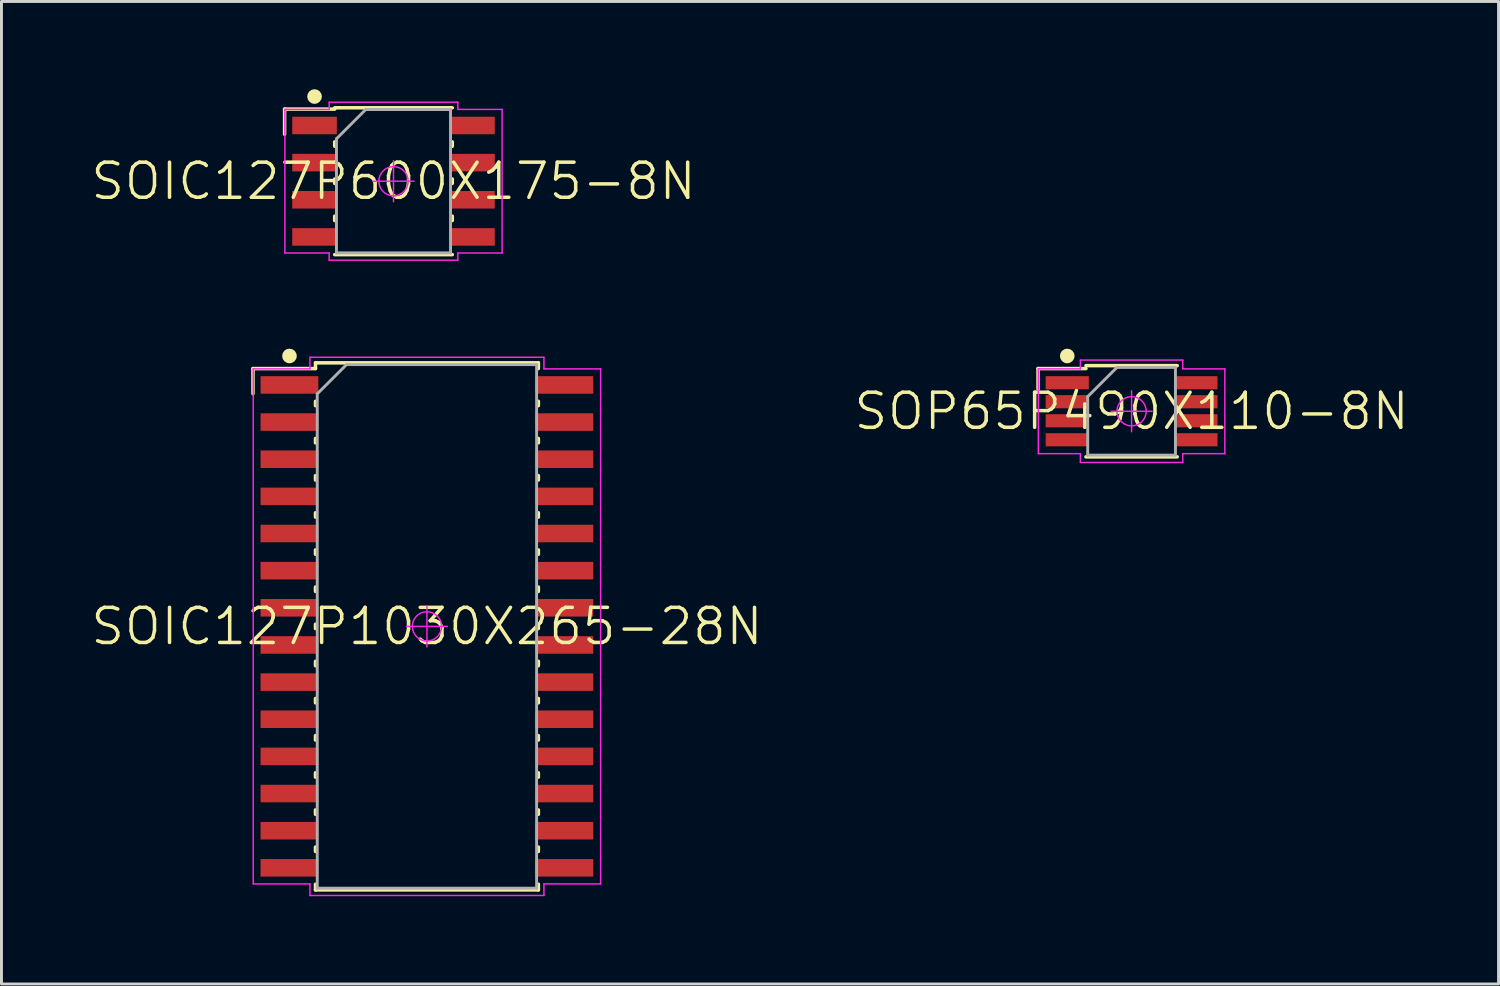
<source format=kicad_pcb>
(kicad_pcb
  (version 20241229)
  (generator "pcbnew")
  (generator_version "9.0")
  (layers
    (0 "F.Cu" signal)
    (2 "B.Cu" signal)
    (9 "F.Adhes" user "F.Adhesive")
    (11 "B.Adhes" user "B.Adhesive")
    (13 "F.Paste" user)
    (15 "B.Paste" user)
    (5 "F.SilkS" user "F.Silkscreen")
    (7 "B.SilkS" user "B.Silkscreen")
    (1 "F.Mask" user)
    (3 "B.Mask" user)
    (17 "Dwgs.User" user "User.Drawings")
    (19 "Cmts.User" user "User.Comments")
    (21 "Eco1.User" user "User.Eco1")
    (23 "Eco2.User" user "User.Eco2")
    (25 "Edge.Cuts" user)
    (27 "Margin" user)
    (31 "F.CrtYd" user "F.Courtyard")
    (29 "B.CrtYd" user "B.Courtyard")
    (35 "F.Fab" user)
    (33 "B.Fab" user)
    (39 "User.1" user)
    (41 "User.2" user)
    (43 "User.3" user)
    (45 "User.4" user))
  (footprint "SOP65P490X110-8N"
    (layer "F.Cu")
    (at 35.637 11.01)
    (property "Reference" "SOP65P490X110-8N" (at 0 0 0) (layer "F.SilkS") (effects (font (size 1.2 1.2) (thickness 0.12))))
    (attr smd)
    (fp_line (start -3.198 -1.46) (end -3.198 -0.75) (stroke (width 0.12) (type solid)) (layer "F.SilkS"))
    (fp_line (start -1.56 -1.56) (end 1.56 -1.56) (stroke (width 0.12) (type solid)) (layer "F.SilkS"))
    (fp_line (start -1.56 -1.46) (end -3.198 -1.46) (stroke (width 0.12) (type solid)) (layer "F.SilkS"))
    (fp_line (start 1.56 1.56) (end -1.56 1.56) (stroke (width 0.12) (type solid)) (layer "F.SilkS"))
    (fp_circle (center -2.2 -1.89) (end -2.2 -1.765) (stroke (width 0.25) (type solid)) (fill no) (layer "F.SilkS"))
    (fp_line (start -3.188 -1.45) (end -1.75 -1.45) (stroke (width 0.05) (type solid)) (layer "F.CrtYd"))
    (fp_line (start -3.188 1.45) (end -3.188 -1.45) (stroke (width 0.05) (type solid)) (layer "F.CrtYd"))
    (fp_line (start -1.75 -1.75) (end 1.75 -1.75) (stroke (width 0.05) (type solid)) (layer "F.CrtYd"))
    (fp_line (start -1.75 -1.45) (end -1.75 -1.75) (stroke (width 0.05) (type solid)) (layer "F.CrtYd"))
    (fp_line (start -1.75 1.45) (end -3.188 1.45) (stroke (width 0.05) (type solid)) (layer "F.CrtYd"))
    (fp_line (start -1.75 1.75) (end -1.75 1.45) (stroke (width 0.05) (type solid)) (layer "F.CrtYd"))
    (fp_line (start -0.7 0) (end 0.7 0) (stroke (width 0.05) (type solid)) (layer "F.CrtYd"))
    (fp_line (start 0 -0.7) (end 0 0.7) (stroke (width 0.05) (type solid)) (layer "F.CrtYd"))
    (fp_line (start 1.75 -1.75) (end 1.75 -1.45) (stroke (width 0.05) (type solid)) (layer "F.CrtYd"))
    (fp_line (start 1.75 -1.45) (end 3.188 -1.45) (stroke (width 0.05) (type solid)) (layer "F.CrtYd"))
    (fp_line (start 1.75 1.45) (end 1.75 1.75) (stroke (width 0.05) (type solid)) (layer "F.CrtYd"))
    (fp_line (start 1.75 1.75) (end -1.75 1.75) (stroke (width 0.05) (type solid)) (layer "F.CrtYd"))
    (fp_line (start 3.188 -1.45) (end 3.188 1.45) (stroke (width 0.05) (type solid)) (layer "F.CrtYd"))
    (fp_line (start 3.188 1.45) (end 1.75 1.45) (stroke (width 0.05) (type solid)) (layer "F.CrtYd"))
    (fp_circle (center 0 0) (end 0 0.5) (stroke (width 0.05) (type solid)) (fill no) (layer "F.CrtYd"))
    (fp_line (start -1.5 -0.5) (end -0.5 -1.5) (stroke (width 0.1) (type solid)) (layer "F.Fab"))
    (fp_line (start -1.5 1.5) (end -1.5 -0.5) (stroke (width 0.1) (type solid)) (layer "F.Fab"))
    (fp_line (start -0.5 -1.5) (end 1.5 -1.5) (stroke (width 0.1) (type solid)) (layer "F.Fab"))
    (fp_line (start 1.5 -1.5) (end 1.5 1.5) (stroke (width 0.1) (type solid)) (layer "F.Fab"))
    (fp_line (start 1.5 1.5) (end -1.5 1.5) (stroke (width 0.1) (type solid)) (layer "F.Fab"))
    (pad "1" smd rect (at -2.2 -0.975) (size 1.475 0.45) (layers "F.Cu" "F.Mask" "F.Paste"))
    (pad "2" smd rect (at -2.2 -0.325) (size 1.475 0.45) (layers "F.Cu" "F.Mask" "F.Paste"))
    (pad "3" smd rect (at -2.2 0.325) (size 1.475 0.45) (layers "F.Cu" "F.Mask" "F.Paste"))
    (pad "4" smd rect (at -2.2 0.975) (size 1.475 0.45) (layers "F.Cu" "F.Mask" "F.Paste"))
    (pad "5" smd rect (at 2.2 0.975) (size 1.475 0.45) (layers "F.Cu" "F.Mask" "F.Paste"))
    (pad "6" smd rect (at 2.2 0.325) (size 1.475 0.45) (layers "F.Cu" "F.Mask" "F.Paste"))
    (pad "7" smd rect (at 2.2 -0.325) (size 1.475 0.45) (layers "F.Cu" "F.Mask" "F.Paste"))
    (pad "8" smd rect (at 2.2 -0.975) (size 1.475 0.45) (layers "F.Cu" "F.Mask" "F.Paste")))
  (footprint "SOIC127P600X175-8N"
    (layer "F.Cu")
    (at 10.403 3.145)
    (property "Reference" "SOIC127P600X175-8N" (at 0 0 0) (layer "F.SilkS") (effects (font (size 1.2 1.2) (thickness 0.12))))
    (attr smd)
    (fp_line (start -3.723 -2.465) (end -3.723 -1.605) (stroke (width 0.12) (type solid)) (layer "F.SilkS"))
    (fp_line (start -2.01 -2.51) (end 2.01 -2.51) (stroke (width 0.12) (type solid)) (layer "F.SilkS"))
    (fp_line (start -2.01 -2.465) (end -3.723 -2.465) (stroke (width 0.12) (type solid)) (layer "F.SilkS"))
    (fp_line (start -2.01 -1.345) (end -2.01 -1.195) (stroke (width 0.12) (type solid)) (layer "F.SilkS"))
    (fp_line (start -2.01 -0.075) (end -2.01 0.075) (stroke (width 0.12) (type solid)) (layer "F.SilkS"))
    (fp_line (start -2.01 1.195) (end -2.01 1.345) (stroke (width 0.12) (type solid)) (layer "F.SilkS"))
    (fp_line (start 2.01 -1.345) (end 2.01 -1.195) (stroke (width 0.12) (type solid)) (layer "F.SilkS"))
    (fp_line (start 2.01 -0.075) (end 2.01 0.075) (stroke (width 0.12) (type solid)) (layer "F.SilkS"))
    (fp_line (start 2.01 1.195) (end 2.01 1.345) (stroke (width 0.12) (type solid)) (layer "F.SilkS"))
    (fp_line (start 2.01 2.51) (end -2.01 2.51) (stroke (width 0.12) (type solid)) (layer "F.SilkS"))
    (fp_circle (center -2.7 -2.895) (end -2.7 -2.77) (stroke (width 0.25) (type solid)) (fill no) (layer "F.SilkS"))
    (fp_line (start -3.713 -2.455) (end -2.2 -2.455) (stroke (width 0.05) (type solid)) (layer "F.CrtYd"))
    (fp_line (start -3.713 2.455) (end -3.713 -2.455) (stroke (width 0.05) (type solid)) (layer "F.CrtYd"))
    (fp_line (start -2.2 -2.7) (end 2.2 -2.7) (stroke (width 0.05) (type solid)) (layer "F.CrtYd"))
    (fp_line (start -2.2 -2.455) (end -2.2 -2.7) (stroke (width 0.05) (type solid)) (layer "F.CrtYd"))
    (fp_line (start -2.2 2.455) (end -3.713 2.455) (stroke (width 0.05) (type solid)) (layer "F.CrtYd"))
    (fp_line (start -2.2 2.7) (end -2.2 2.455) (stroke (width 0.05) (type solid)) (layer "F.CrtYd"))
    (fp_line (start -0.7 0) (end 0.7 0) (stroke (width 0.05) (type solid)) (layer "F.CrtYd"))
    (fp_line (start 0 -0.7) (end 0 0.7) (stroke (width 0.05) (type solid)) (layer "F.CrtYd"))
    (fp_line (start 2.2 -2.7) (end 2.2 -2.455) (stroke (width 0.05) (type solid)) (layer "F.CrtYd"))
    (fp_line (start 2.2 -2.455) (end 3.713 -2.455) (stroke (width 0.05) (type solid)) (layer "F.CrtYd"))
    (fp_line (start 2.2 2.455) (end 2.2 2.7) (stroke (width 0.05) (type solid)) (layer "F.CrtYd"))
    (fp_line (start 2.2 2.7) (end -2.2 2.7) (stroke (width 0.05) (type solid)) (layer "F.CrtYd"))
    (fp_line (start 3.713 -2.455) (end 3.713 2.455) (stroke (width 0.05) (type solid)) (layer "F.CrtYd"))
    (fp_line (start 3.713 2.455) (end 2.2 2.455) (stroke (width 0.05) (type solid)) (layer "F.CrtYd"))
    (fp_circle (center 0 0) (end 0 0.5) (stroke (width 0.05) (type solid)) (fill no) (layer "F.CrtYd"))
    (fp_line (start -1.95 -1.45) (end -0.95 -2.45) (stroke (width 0.1) (type solid)) (layer "F.Fab"))
    (fp_line (start -1.95 2.45) (end -1.95 -1.45) (stroke (width 0.1) (type solid)) (layer "F.Fab"))
    (fp_line (start -0.95 -2.45) (end 1.95 -2.45) (stroke (width 0.1) (type solid)) (layer "F.Fab"))
    (fp_line (start 1.95 -2.45) (end 1.95 2.45) (stroke (width 0.1) (type solid)) (layer "F.Fab"))
    (fp_line (start 1.95 2.45) (end -1.95 2.45) (stroke (width 0.1) (type solid)) (layer "F.Fab"))
    (pad "1" smd rect (at -2.7 -1.905) (size 1.525 0.6) (layers "F.Cu" "F.Mask" "F.Paste"))
    (pad "2" smd rect (at -2.7 -0.635) (size 1.525 0.6) (layers "F.Cu" "F.Mask" "F.Paste"))
    (pad "3" smd rect (at -2.7 0.635) (size 1.525 0.6) (layers "F.Cu" "F.Mask" "F.Paste"))
    (pad "4" smd rect (at -2.7 1.905) (size 1.525 0.6) (layers "F.Cu" "F.Mask" "F.Paste"))
    (pad "5" smd rect (at 2.7 1.905) (size 1.525 0.6) (layers "F.Cu" "F.Mask" "F.Paste"))
    (pad "6" smd rect (at 2.7 0.635) (size 1.525 0.6) (layers "F.Cu" "F.Mask" "F.Paste"))
    (pad "7" smd rect (at 2.7 -0.635) (size 1.525 0.6) (layers "F.Cu" "F.Mask" "F.Paste"))
    (pad "8" smd rect (at 2.7 -1.905) (size 1.525 0.6) (layers "F.Cu" "F.Mask" "F.Paste")))
  (footprint "SOIC127P1030X265-28N"
    (layer "F.Cu")
    (at 11.546 18.365)
    (property "Reference" "SOIC127P1030X265-28N" (at 0 0 0) (layer "F.SilkS") (effects (font (size 1.2 1.2) (thickness 0.12))))
    (attr smd)
    (fp_line (start -5.947 -8.815) (end -5.947 -7.955) (stroke (width 0.12) (type solid)) (layer "F.SilkS"))
    (fp_line (start -3.81 -9.01) (end -3.81 -8.815) (stroke (width 0.12) (type solid)) (layer "F.SilkS"))
    (fp_line (start -3.81 -9.01) (end 3.81 -9.01) (stroke (width 0.12) (type solid)) (layer "F.SilkS"))
    (fp_line (start -3.81 -8.815) (end -5.947 -8.815) (stroke (width 0.12) (type solid)) (layer "F.SilkS"))
    (fp_line (start -3.81 -7.695) (end -3.81 -7.545) (stroke (width 0.12) (type solid)) (layer "F.SilkS"))
    (fp_line (start -3.81 -6.425) (end -3.81 -6.275) (stroke (width 0.12) (type solid)) (layer "F.SilkS"))
    (fp_line (start -3.81 -5.155) (end -3.81 -5.005) (stroke (width 0.12) (type solid)) (layer "F.SilkS"))
    (fp_line (start -3.81 -3.885) (end -3.81 -3.735) (stroke (width 0.12) (type solid)) (layer "F.SilkS"))
    (fp_line (start -3.81 -2.615) (end -3.81 -2.465) (stroke (width 0.12) (type solid)) (layer "F.SilkS"))
    (fp_line (start -3.81 -1.345) (end -3.81 -1.195) (stroke (width 0.12) (type solid)) (layer "F.SilkS"))
    (fp_line (start -3.81 -0.075) (end -3.81 0.075) (stroke (width 0.12) (type solid)) (layer "F.SilkS"))
    (fp_line (start -3.81 1.195) (end -3.81 1.345) (stroke (width 0.12) (type solid)) (layer "F.SilkS"))
    (fp_line (start -3.81 2.465) (end -3.81 2.615) (stroke (width 0.12) (type solid)) (layer "F.SilkS"))
    (fp_line (start -3.81 3.735) (end -3.81 3.885) (stroke (width 0.12) (type solid)) (layer "F.SilkS"))
    (fp_line (start -3.81 5.005) (end -3.81 5.155) (stroke (width 0.12) (type solid)) (layer "F.SilkS"))
    (fp_line (start -3.81 6.275) (end -3.81 6.425) (stroke (width 0.12) (type solid)) (layer "F.SilkS"))
    (fp_line (start -3.81 7.545) (end -3.81 7.695) (stroke (width 0.12) (type solid)) (layer "F.SilkS"))
    (fp_line (start -3.81 8.815) (end -3.81 9.01) (stroke (width 0.12) (type solid)) (layer "F.SilkS"))
    (fp_line (start 3.81 -9.01) (end 3.81 -8.815) (stroke (width 0.12) (type solid)) (layer "F.SilkS"))
    (fp_line (start 3.81 -7.695) (end 3.81 -7.545) (stroke (width 0.12) (type solid)) (layer "F.SilkS"))
    (fp_line (start 3.81 -6.425) (end 3.81 -6.275) (stroke (width 0.12) (type solid)) (layer "F.SilkS"))
    (fp_line (start 3.81 -5.155) (end 3.81 -5.005) (stroke (width 0.12) (type solid)) (layer "F.SilkS"))
    (fp_line (start 3.81 -3.885) (end 3.81 -3.735) (stroke (width 0.12) (type solid)) (layer "F.SilkS"))
    (fp_line (start 3.81 -2.615) (end 3.81 -2.465) (stroke (width 0.12) (type solid)) (layer "F.SilkS"))
    (fp_line (start 3.81 -1.345) (end 3.81 -1.195) (stroke (width 0.12) (type solid)) (layer "F.SilkS"))
    (fp_line (start 3.81 -0.075) (end 3.81 0.075) (stroke (width 0.12) (type solid)) (layer "F.SilkS"))
    (fp_line (start 3.81 1.195) (end 3.81 1.345) (stroke (width 0.12) (type solid)) (layer "F.SilkS"))
    (fp_line (start 3.81 2.465) (end 3.81 2.615) (stroke (width 0.12) (type solid)) (layer "F.SilkS"))
    (fp_line (start 3.81 3.735) (end 3.81 3.885) (stroke (width 0.12) (type solid)) (layer "F.SilkS"))
    (fp_line (start 3.81 5.005) (end 3.81 5.155) (stroke (width 0.12) (type solid)) (layer "F.SilkS"))
    (fp_line (start 3.81 6.275) (end 3.81 6.425) (stroke (width 0.12) (type solid)) (layer "F.SilkS"))
    (fp_line (start 3.81 7.545) (end 3.81 7.695) (stroke (width 0.12) (type solid)) (layer "F.SilkS"))
    (fp_line (start 3.81 8.815) (end 3.81 9.01) (stroke (width 0.12) (type solid)) (layer "F.SilkS"))
    (fp_line (start 3.81 9.01) (end -3.81 9.01) (stroke (width 0.12) (type solid)) (layer "F.SilkS"))
    (fp_circle (center -4.7 -9.245) (end -4.7 -9.12) (stroke (width 0.25) (type solid)) (fill no) (layer "F.SilkS"))
    (fp_line (start -5.938 -8.805) (end -4 -8.805) (stroke (width 0.05) (type solid)) (layer "F.CrtYd"))
    (fp_line (start -5.938 8.805) (end -5.938 -8.805) (stroke (width 0.05) (type solid)) (layer "F.CrtYd"))
    (fp_line (start -4 -9.2) (end 4 -9.2) (stroke (width 0.05) (type solid)) (layer "F.CrtYd"))
    (fp_line (start -4 -8.805) (end -4 -9.2) (stroke (width 0.05) (type solid)) (layer "F.CrtYd"))
    (fp_line (start -4 8.805) (end -5.938 8.805) (stroke (width 0.05) (type solid)) (layer "F.CrtYd"))
    (fp_line (start -4 9.2) (end -4 8.805) (stroke (width 0.05) (type solid)) (layer "F.CrtYd"))
    (fp_line (start -0.7 0) (end 0.7 0) (stroke (width 0.05) (type solid)) (layer "F.CrtYd"))
    (fp_line (start 0 -0.7) (end 0 0.7) (stroke (width 0.05) (type solid)) (layer "F.CrtYd"))
    (fp_line (start 4 -9.2) (end 4 -8.805) (stroke (width 0.05) (type solid)) (layer "F.CrtYd"))
    (fp_line (start 4 -8.805) (end 5.938 -8.805) (stroke (width 0.05) (type solid)) (layer "F.CrtYd"))
    (fp_line (start 4 8.805) (end 4 9.2) (stroke (width 0.05) (type solid)) (layer "F.CrtYd"))
    (fp_line (start 4 9.2) (end -4 9.2) (stroke (width 0.05) (type solid)) (layer "F.CrtYd"))
    (fp_line (start 5.938 -8.805) (end 5.938 8.805) (stroke (width 0.05) (type solid)) (layer "F.CrtYd"))
    (fp_line (start 5.938 8.805) (end 4 8.805) (stroke (width 0.05) (type solid)) (layer "F.CrtYd"))
    (fp_circle (center 0 0) (end 0 0.5) (stroke (width 0.05) (type solid)) (fill no) (layer "F.CrtYd"))
    (fp_line (start -3.75 -7.95) (end -2.75 -8.95) (stroke (width 0.1) (type solid)) (layer "F.Fab"))
    (fp_line (start -3.75 8.95) (end -3.75 -7.95) (stroke (width 0.1) (type solid)) (layer "F.Fab"))
    (fp_line (start -2.75 -8.95) (end 3.75 -8.95) (stroke (width 0.1) (type solid)) (layer "F.Fab"))
    (fp_line (start 3.75 -8.95) (end 3.75 8.95) (stroke (width 0.1) (type solid)) (layer "F.Fab"))
    (fp_line (start 3.75 8.95) (end -3.75 8.95) (stroke (width 0.1) (type solid)) (layer "F.Fab"))
    (pad "1" smd rect (at -4.7 -8.255) (size 1.975 0.6) (layers "F.Cu" "F.Mask" "F.Paste"))
    (pad "2" smd rect (at -4.7 -6.985) (size 1.975 0.6) (layers "F.Cu" "F.Mask" "F.Paste"))
    (pad "3" smd rect (at -4.7 -5.715) (size 1.975 0.6) (layers "F.Cu" "F.Mask" "F.Paste"))
    (pad "4" smd rect (at -4.7 -4.445) (size 1.975 0.6) (layers "F.Cu" "F.Mask" "F.Paste"))
    (pad "5" smd rect (at -4.7 -3.175) (size 1.975 0.6) (layers "F.Cu" "F.Mask" "F.Paste"))
    (pad "6" smd rect (at -4.7 -1.905) (size 1.975 0.6) (layers "F.Cu" "F.Mask" "F.Paste"))
    (pad "7" smd rect (at -4.7 -0.635) (size 1.975 0.6) (layers "F.Cu" "F.Mask" "F.Paste"))
    (pad "8" smd rect (at -4.7 0.635) (size 1.975 0.6) (layers "F.Cu" "F.Mask" "F.Paste"))
    (pad "9" smd rect (at -4.7 1.905) (size 1.975 0.6) (layers "F.Cu" "F.Mask" "F.Paste"))
    (pad "10" smd rect (at -4.7 3.175) (size 1.975 0.6) (layers "F.Cu" "F.Mask" "F.Paste"))
    (pad "11" smd rect (at -4.7 4.445) (size 1.975 0.6) (layers "F.Cu" "F.Mask" "F.Paste"))
    (pad "12" smd rect (at -4.7 5.715) (size 1.975 0.6) (layers "F.Cu" "F.Mask" "F.Paste"))
    (pad "13" smd rect (at -4.7 6.985) (size 1.975 0.6) (layers "F.Cu" "F.Mask" "F.Paste"))
    (pad "14" smd rect (at -4.7 8.255) (size 1.975 0.6) (layers "F.Cu" "F.Mask" "F.Paste"))
    (pad "15" smd rect (at 4.7 8.255) (size 1.975 0.6) (layers "F.Cu" "F.Mask" "F.Paste"))
    (pad "16" smd rect (at 4.7 6.985) (size 1.975 0.6) (layers "F.Cu" "F.Mask" "F.Paste"))
    (pad "17" smd rect (at 4.7 5.715) (size 1.975 0.6) (layers "F.Cu" "F.Mask" "F.Paste"))
    (pad "18" smd rect (at 4.7 4.445) (size 1.975 0.6) (layers "F.Cu" "F.Mask" "F.Paste"))
    (pad "19" smd rect (at 4.7 3.175) (size 1.975 0.6) (layers "F.Cu" "F.Mask" "F.Paste"))
    (pad "20" smd rect (at 4.7 1.905) (size 1.975 0.6) (layers "F.Cu" "F.Mask" "F.Paste"))
    (pad "21" smd rect (at 4.7 0.635) (size 1.975 0.6) (layers "F.Cu" "F.Mask" "F.Paste"))
    (pad "22" smd rect (at 4.7 -0.635) (size 1.975 0.6) (layers "F.Cu" "F.Mask" "F.Paste"))
    (pad "23" smd rect (at 4.7 -1.905) (size 1.975 0.6) (layers "F.Cu" "F.Mask" "F.Paste"))
    (pad "24" smd rect (at 4.7 -3.175) (size 1.975 0.6) (layers "F.Cu" "F.Mask" "F.Paste"))
    (pad "25" smd rect (at 4.7 -4.445) (size 1.975 0.6) (layers "F.Cu" "F.Mask" "F.Paste"))
    (pad "26" smd rect (at 4.7 -5.715) (size 1.975 0.6) (layers "F.Cu" "F.Mask" "F.Paste"))
    (pad "27" smd rect (at 4.7 -6.985) (size 1.975 0.6) (layers "F.Cu" "F.Mask" "F.Paste"))
    (pad "28" smd rect (at 4.7 -8.255) (size 1.975 0.6) (layers "F.Cu" "F.Mask" "F.Paste")))
  (gr_rect
    (start -3 -3)
    (end 48.183 30.59)
    (stroke (width 0.1) (type default))
    (fill no)
    (layer "Edge.Cuts")))
</source>
